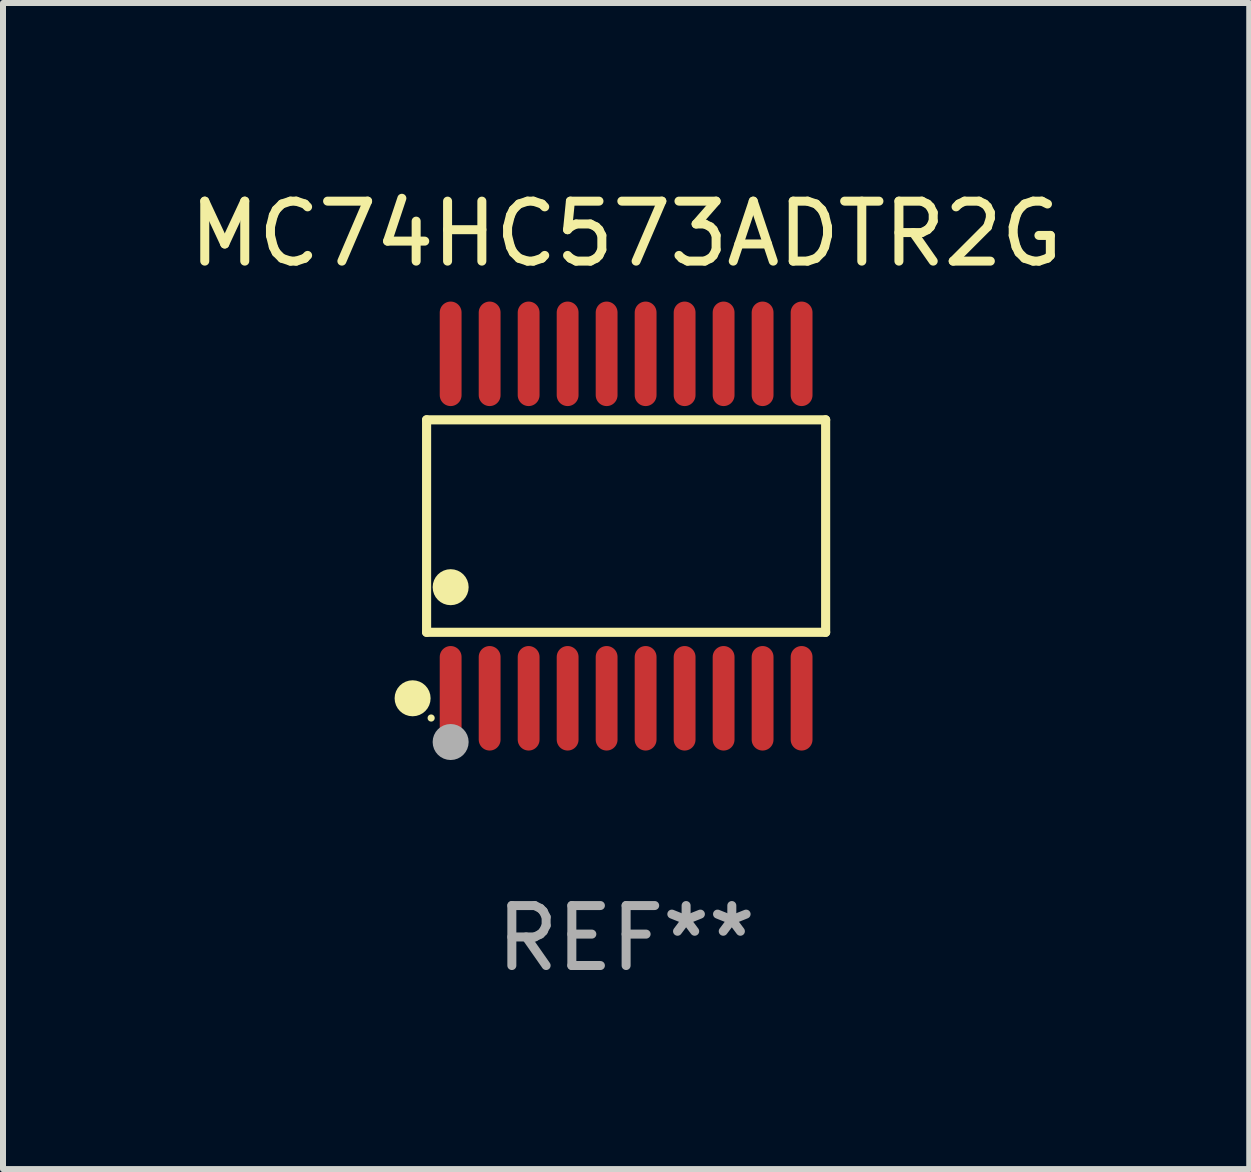
<source format=kicad_pcb>
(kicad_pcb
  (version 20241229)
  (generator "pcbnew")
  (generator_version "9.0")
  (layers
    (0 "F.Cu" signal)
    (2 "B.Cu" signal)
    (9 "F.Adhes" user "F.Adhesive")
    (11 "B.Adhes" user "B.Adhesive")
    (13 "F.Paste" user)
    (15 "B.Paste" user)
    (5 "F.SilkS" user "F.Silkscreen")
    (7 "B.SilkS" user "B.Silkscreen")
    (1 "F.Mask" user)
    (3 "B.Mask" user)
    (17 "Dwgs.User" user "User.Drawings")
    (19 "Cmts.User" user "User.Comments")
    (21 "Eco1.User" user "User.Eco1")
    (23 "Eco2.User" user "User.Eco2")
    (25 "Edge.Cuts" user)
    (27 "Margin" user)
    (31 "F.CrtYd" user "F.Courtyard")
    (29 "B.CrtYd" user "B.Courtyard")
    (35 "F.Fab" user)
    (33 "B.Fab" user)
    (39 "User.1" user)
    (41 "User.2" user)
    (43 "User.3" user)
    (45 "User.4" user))
  (footprint "MC74HC573ADTR2G"
    (layer "F.Cu")
    (at 7.387 5.719)
    (property "Reference" "MC74HC573ADTR2G" (at 0 -4.871 0) (layer "F.SilkS") (effects (font (size 1 1) (thickness 0.15))))
    (attr through_hole)
    (fp_line (start -3.326 -1.771) (end 3.326 -1.771) (stroke (width 0.152) (type solid)) (layer "F.SilkS"))
    (fp_line (start -3.326 1.771) (end -3.326 -1.771) (stroke (width 0.152) (type solid)) (layer "F.SilkS"))
    (fp_line (start 3.326 -1.771) (end 3.326 1.771) (stroke (width 0.152) (type solid)) (layer "F.SilkS"))
    (fp_line (start 3.326 1.771) (end -3.326 1.771) (stroke (width 0.152) (type solid)) (layer "F.SilkS"))
    (fp_circle (center -3.559 2.871) (end -3.409 2.871) (stroke (width 0.3) (type solid)) (fill no) (layer "F.SilkS"))
    (fp_circle (center -3.25 3.2) (end -3.22 3.2) (stroke (width 0.06) (type solid)) (fill no) (layer "F.SilkS"))
    (fp_circle (center -2.925 1.019) (end -2.775 1.019) (stroke (width 0.3) (type solid)) (fill no) (layer "F.SilkS"))
    (fp_circle (center -2.925 3.6) (end -2.775 3.6) (stroke (width 0.3) (type solid)) (fill no) (layer "F.Fab"))
    (fp_text user "REF**" (at 0 6.871 0) (layer "F.Fab") (effects (font (size 1 1) (thickness 0.15))))
    (pad "1" smd oval (at -2.925 2.871) (size 0.364 1.742) (layers "F.Cu" "F.Mask" "F.Paste"))
    (pad "2" smd oval (at -2.275 2.871) (size 0.364 1.742) (layers "F.Cu" "F.Mask" "F.Paste"))
    (pad "3" smd oval (at -1.625 2.871) (size 0.364 1.742) (layers "F.Cu" "F.Mask" "F.Paste"))
    (pad "4" smd oval (at -0.975 2.871) (size 0.364 1.742) (layers "F.Cu" "F.Mask" "F.Paste"))
    (pad "5" smd oval (at -0.325 2.871) (size 0.364 1.742) (layers "F.Cu" "F.Mask" "F.Paste"))
    (pad "6" smd oval (at 0.325 2.871) (size 0.364 1.742) (layers "F.Cu" "F.Mask" "F.Paste"))
    (pad "7" smd oval (at 0.975 2.871) (size 0.364 1.742) (layers "F.Cu" "F.Mask" "F.Paste"))
    (pad "8" smd oval (at 1.625 2.871) (size 0.364 1.742) (layers "F.Cu" "F.Mask" "F.Paste"))
    (pad "9" smd oval (at 2.275 2.871) (size 0.364 1.742) (layers "F.Cu" "F.Mask" "F.Paste"))
    (pad "10" smd oval (at 2.925 2.871) (size 0.364 1.742) (layers "F.Cu" "F.Mask" "F.Paste"))
    (pad "11" smd oval (at 2.925 -2.871) (size 0.364 1.742) (layers "F.Cu" "F.Mask" "F.Paste"))
    (pad "12" smd oval (at 2.275 -2.871) (size 0.364 1.742) (layers "F.Cu" "F.Mask" "F.Paste"))
    (pad "13" smd oval (at 1.625 -2.871) (size 0.364 1.742) (layers "F.Cu" "F.Mask" "F.Paste"))
    (pad "14" smd oval (at 0.975 -2.871) (size 0.364 1.742) (layers "F.Cu" "F.Mask" "F.Paste"))
    (pad "15" smd oval (at 0.325 -2.871) (size 0.364 1.742) (layers "F.Cu" "F.Mask" "F.Paste"))
    (pad "16" smd oval (at -0.325 -2.871) (size 0.364 1.742) (layers "F.Cu" "F.Mask" "F.Paste"))
    (pad "17" smd oval (at -0.975 -2.871) (size 0.364 1.742) (layers "F.Cu" "F.Mask" "F.Paste"))
    (pad "18" smd oval (at -1.625 -2.871) (size 0.364 1.742) (layers "F.Cu" "F.Mask" "F.Paste"))
    (pad "19" smd oval (at -2.275 -2.871) (size 0.364 1.742) (layers "F.Cu" "F.Mask" "F.Paste"))
    (pad "20" smd oval (at -2.925 -2.871) (size 0.364 1.742) (layers "F.Cu" "F.Mask" "F.Paste")))
  (gr_rect
    (start -3 -3)
    (end 17.774 16.438)
    (stroke (width 0.1) (type default))
    (fill no)
    (layer "Edge.Cuts")))
</source>
